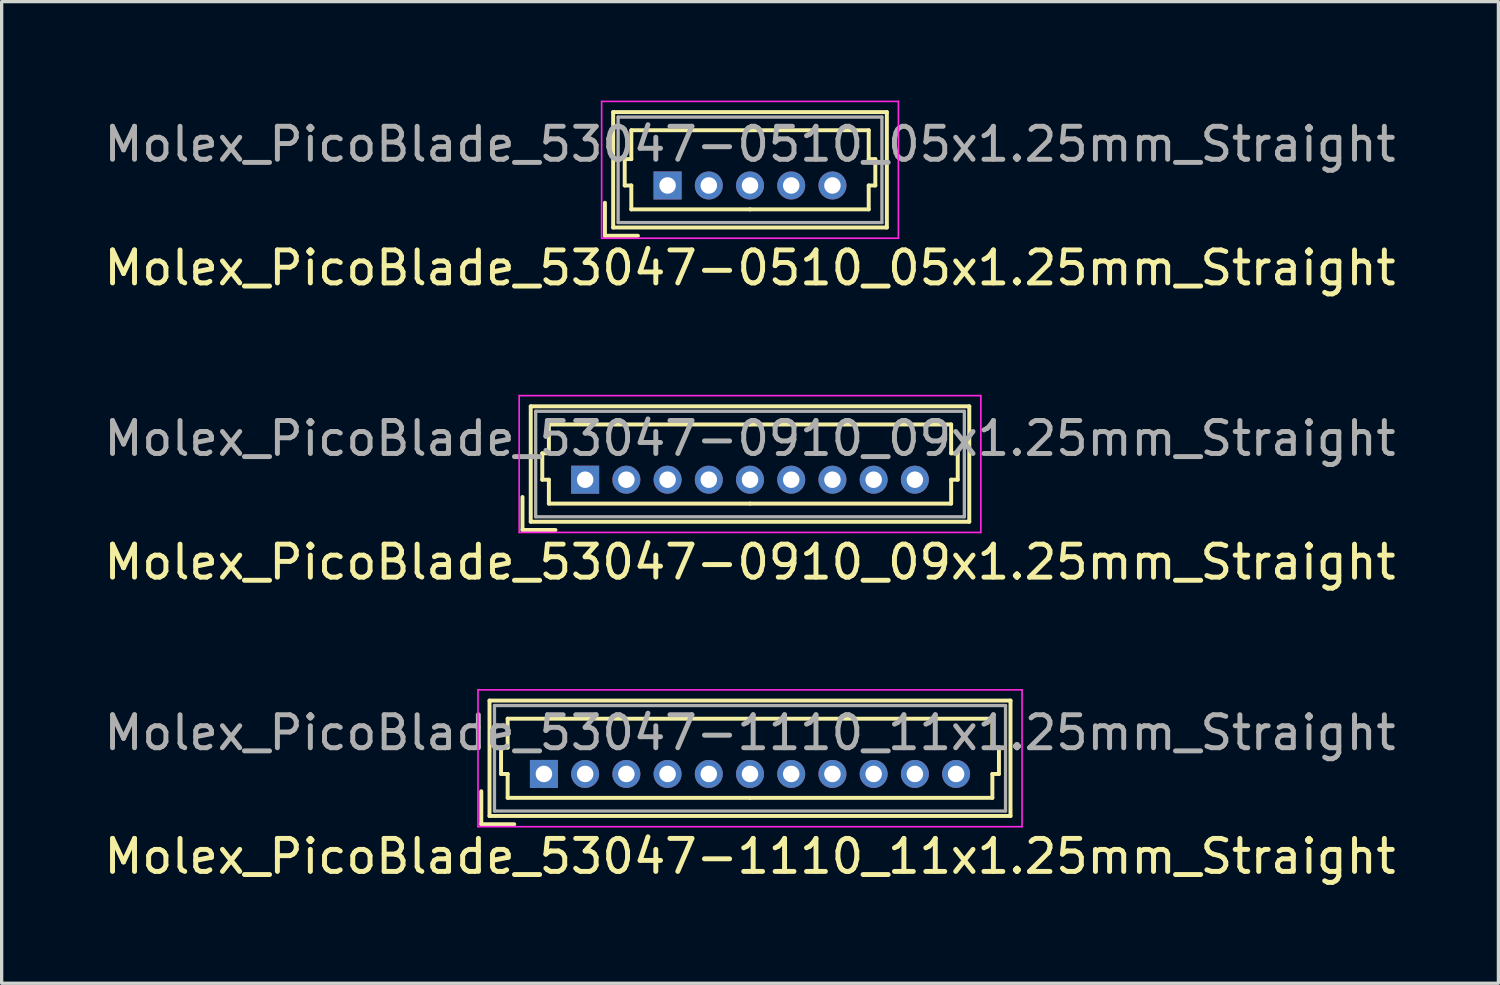
<source format=kicad_pcb>
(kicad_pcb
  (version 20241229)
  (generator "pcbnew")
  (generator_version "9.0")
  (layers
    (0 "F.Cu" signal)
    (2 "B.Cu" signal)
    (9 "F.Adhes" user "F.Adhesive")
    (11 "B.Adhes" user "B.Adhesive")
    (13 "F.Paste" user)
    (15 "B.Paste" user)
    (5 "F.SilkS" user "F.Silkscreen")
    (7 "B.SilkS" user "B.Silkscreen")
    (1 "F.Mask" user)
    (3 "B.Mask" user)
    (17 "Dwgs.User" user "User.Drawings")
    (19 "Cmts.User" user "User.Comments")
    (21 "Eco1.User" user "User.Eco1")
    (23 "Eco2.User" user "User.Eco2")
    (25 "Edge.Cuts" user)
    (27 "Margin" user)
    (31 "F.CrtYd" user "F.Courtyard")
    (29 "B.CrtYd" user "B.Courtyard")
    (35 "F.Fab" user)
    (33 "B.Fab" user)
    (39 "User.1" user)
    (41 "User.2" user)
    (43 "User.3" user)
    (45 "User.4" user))
  (footprint "Molex_PicoBlade_53047-0510_05x1.25mm_Straight"
    (layer "F.Cu")
    (at 17.196 2.575)
    (property "Reference" "Molex_PicoBlade_53047-0510_05x1.25mm_Straight" (at 2.5 2.5 0) (layer "F.SilkS") (effects (font (size 1 1) (thickness 0.15))))
    (attr through_hole)
    (fp_line (start -1.9 1.525) (end -1.9 0.525) (stroke (width 0.12) (type solid)) (layer "F.SilkS"))
    (fp_line (start -1.9 1.525) (end -0.9 1.525) (stroke (width 0.12) (type solid)) (layer "F.SilkS"))
    (fp_line (start -1.65 -2.225) (end -1.65 1.275) (stroke (width 0.12) (type solid)) (layer "F.SilkS"))
    (fp_line (start -1.65 1.275) (end 6.65 1.275) (stroke (width 0.12) (type solid)) (layer "F.SilkS"))
    (fp_line (start -1.3 -0.8) (end -1.1 -0.8) (stroke (width 0.12) (type solid)) (layer "F.SilkS"))
    (fp_line (start -1.3 0) (end -1.3 -0.8) (stroke (width 0.12) (type solid)) (layer "F.SilkS"))
    (fp_line (start -1.1 -1.675) (end 2.5 -1.675) (stroke (width 0.12) (type solid)) (layer "F.SilkS"))
    (fp_line (start -1.1 -0.8) (end -1.1 -1.675) (stroke (width 0.12) (type solid)) (layer "F.SilkS"))
    (fp_line (start -1.1 0) (end -1.3 0) (stroke (width 0.12) (type solid)) (layer "F.SilkS"))
    (fp_line (start -1.1 0.725) (end -1.1 0) (stroke (width 0.12) (type solid)) (layer "F.SilkS"))
    (fp_line (start 2.5 0.725) (end -1.1 0.725) (stroke (width 0.12) (type solid)) (layer "F.SilkS"))
    (fp_line (start 2.5 0.725) (end 6.1 0.725) (stroke (width 0.12) (type solid)) (layer "F.SilkS"))
    (fp_line (start 6.1 -1.675) (end 2.5 -1.675) (stroke (width 0.12) (type solid)) (layer "F.SilkS"))
    (fp_line (start 6.1 -0.8) (end 6.1 -1.675) (stroke (width 0.12) (type solid)) (layer "F.SilkS"))
    (fp_line (start 6.1 0) (end 6.3 0) (stroke (width 0.12) (type solid)) (layer "F.SilkS"))
    (fp_line (start 6.1 0.725) (end 6.1 0) (stroke (width 0.12) (type solid)) (layer "F.SilkS"))
    (fp_line (start 6.3 -0.8) (end 6.1 -0.8) (stroke (width 0.12) (type solid)) (layer "F.SilkS"))
    (fp_line (start 6.3 0) (end 6.3 -0.8) (stroke (width 0.12) (type solid)) (layer "F.SilkS"))
    (fp_line (start 6.65 -2.225) (end -1.65 -2.225) (stroke (width 0.12) (type solid)) (layer "F.SilkS"))
    (fp_line (start 6.65 1.275) (end 6.65 -2.225) (stroke (width 0.12) (type solid)) (layer "F.SilkS"))
    (fp_line (start -2 -2.55) (end -2 1.6) (stroke (width 0.05) (type solid)) (layer "F.CrtYd"))
    (fp_line (start -2 1.6) (end 7 1.6) (stroke (width 0.05) (type solid)) (layer "F.CrtYd"))
    (fp_line (start 7 -2.55) (end -2 -2.55) (stroke (width 0.05) (type solid)) (layer "F.CrtYd"))
    (fp_line (start 7 1.6) (end 7 -2.55) (stroke (width 0.05) (type solid)) (layer "F.CrtYd"))
    (fp_line (start -1.5 -2.075) (end -1.5 1.125) (stroke (width 0.1) (type solid)) (layer "F.Fab"))
    (fp_line (start -1.5 1.125) (end 6.5 1.125) (stroke (width 0.1) (type solid)) (layer "F.Fab"))
    (fp_line (start 6.5 -2.075) (end -1.5 -2.075) (stroke (width 0.1) (type solid)) (layer "F.Fab"))
    (fp_line (start 6.5 1.125) (end 6.5 -2.075) (stroke (width 0.1) (type solid)) (layer "F.Fab"))
    (fp_text user "${REFERENCE}" (at 2.5 -1.25 0) (layer "F.Fab") (effects (font (size 1 1) (thickness 0.15))))
    (pad "1" thru_hole rect (at 0 0) (size 0.85 0.85) (drill 0.5) (layers "*.Cu" "*.Mask"))
    (pad "2" thru_hole circle (at 1.25 0) (size 0.85 0.85) (drill 0.5) (layers "*.Cu" "*.Mask"))
    (pad "3" thru_hole circle (at 2.5 0) (size 0.85 0.85) (drill 0.5) (layers "*.Cu" "*.Mask"))
    (pad "4" thru_hole circle (at 3.75 0) (size 0.85 0.85) (drill 0.5) (layers "*.Cu" "*.Mask"))
    (pad "5" thru_hole circle (at 5 0) (size 0.85 0.85) (drill 0.5) (layers "*.Cu" "*.Mask")))
  (footprint "Molex_PicoBlade_53047-1110_11x1.25mm_Straight"
    (layer "F.Cu")
    (at 13.446 20.422)
    (property "Reference" "Molex_PicoBlade_53047-1110_11x1.25mm_Straight" (at 6.25 2.5 0) (layer "F.SilkS") (effects (font (size 1 1) (thickness 0.15))))
    (attr through_hole)
    (fp_line (start -1.9 1.525) (end -1.9 0.525) (stroke (width 0.12) (type solid)) (layer "F.SilkS"))
    (fp_line (start -1.9 1.525) (end -0.9 1.525) (stroke (width 0.12) (type solid)) (layer "F.SilkS"))
    (fp_line (start -1.65 -2.225) (end -1.65 1.275) (stroke (width 0.12) (type solid)) (layer "F.SilkS"))
    (fp_line (start -1.65 1.275) (end 14.15 1.275) (stroke (width 0.12) (type solid)) (layer "F.SilkS"))
    (fp_line (start -1.3 -0.8) (end -1.1 -0.8) (stroke (width 0.12) (type solid)) (layer "F.SilkS"))
    (fp_line (start -1.3 0) (end -1.3 -0.8) (stroke (width 0.12) (type solid)) (layer "F.SilkS"))
    (fp_line (start -1.1 -1.675) (end 6.25 -1.675) (stroke (width 0.12) (type solid)) (layer "F.SilkS"))
    (fp_line (start -1.1 -0.8) (end -1.1 -1.675) (stroke (width 0.12) (type solid)) (layer "F.SilkS"))
    (fp_line (start -1.1 0) (end -1.3 0) (stroke (width 0.12) (type solid)) (layer "F.SilkS"))
    (fp_line (start -1.1 0.725) (end -1.1 0) (stroke (width 0.12) (type solid)) (layer "F.SilkS"))
    (fp_line (start 6.25 0.725) (end -1.1 0.725) (stroke (width 0.12) (type solid)) (layer "F.SilkS"))
    (fp_line (start 6.25 0.725) (end 13.6 0.725) (stroke (width 0.12) (type solid)) (layer "F.SilkS"))
    (fp_line (start 13.6 -1.675) (end 6.25 -1.675) (stroke (width 0.12) (type solid)) (layer "F.SilkS"))
    (fp_line (start 13.6 -0.8) (end 13.6 -1.675) (stroke (width 0.12) (type solid)) (layer "F.SilkS"))
    (fp_line (start 13.6 0) (end 13.8 0) (stroke (width 0.12) (type solid)) (layer "F.SilkS"))
    (fp_line (start 13.6 0.725) (end 13.6 0) (stroke (width 0.12) (type solid)) (layer "F.SilkS"))
    (fp_line (start 13.8 -0.8) (end 13.6 -0.8) (stroke (width 0.12) (type solid)) (layer "F.SilkS"))
    (fp_line (start 13.8 0) (end 13.8 -0.8) (stroke (width 0.12) (type solid)) (layer "F.SilkS"))
    (fp_line (start 14.15 -2.225) (end -1.65 -2.225) (stroke (width 0.12) (type solid)) (layer "F.SilkS"))
    (fp_line (start 14.15 1.275) (end 14.15 -2.225) (stroke (width 0.12) (type solid)) (layer "F.SilkS"))
    (fp_line (start -2 -2.55) (end -2 1.6) (stroke (width 0.05) (type solid)) (layer "F.CrtYd"))
    (fp_line (start -2 1.6) (end 14.5 1.6) (stroke (width 0.05) (type solid)) (layer "F.CrtYd"))
    (fp_line (start 14.5 -2.55) (end -2 -2.55) (stroke (width 0.05) (type solid)) (layer "F.CrtYd"))
    (fp_line (start 14.5 1.6) (end 14.5 -2.55) (stroke (width 0.05) (type solid)) (layer "F.CrtYd"))
    (fp_line (start -1.5 -2.075) (end -1.5 1.125) (stroke (width 0.1) (type solid)) (layer "F.Fab"))
    (fp_line (start -1.5 1.125) (end 14 1.125) (stroke (width 0.1) (type solid)) (layer "F.Fab"))
    (fp_line (start 14 -2.075) (end -1.5 -2.075) (stroke (width 0.1) (type solid)) (layer "F.Fab"))
    (fp_line (start 14 1.125) (end 14 -2.075) (stroke (width 0.1) (type solid)) (layer "F.Fab"))
    (fp_text user "${REFERENCE}" (at 6.25 -1.25 0) (layer "F.Fab") (effects (font (size 1 1) (thickness 0.15))))
    (pad "1" thru_hole rect (at 0 0) (size 0.85 0.85) (drill 0.5) (layers "*.Cu" "*.Mask"))
    (pad "2" thru_hole circle (at 1.25 0) (size 0.85 0.85) (drill 0.5) (layers "*.Cu" "*.Mask"))
    (pad "3" thru_hole circle (at 2.5 0) (size 0.85 0.85) (drill 0.5) (layers "*.Cu" "*.Mask"))
    (pad "4" thru_hole circle (at 3.75 0) (size 0.85 0.85) (drill 0.5) (layers "*.Cu" "*.Mask"))
    (pad "5" thru_hole circle (at 5 0) (size 0.85 0.85) (drill 0.5) (layers "*.Cu" "*.Mask"))
    (pad "6" thru_hole circle (at 6.25 0) (size 0.85 0.85) (drill 0.5) (layers "*.Cu" "*.Mask"))
    (pad "7" thru_hole circle (at 7.5 0) (size 0.85 0.85) (drill 0.5) (layers "*.Cu" "*.Mask"))
    (pad "8" thru_hole circle (at 8.75 0) (size 0.85 0.85) (drill 0.5) (layers "*.Cu" "*.Mask"))
    (pad "9" thru_hole circle (at 10 0) (size 0.85 0.85) (drill 0.5) (layers "*.Cu" "*.Mask"))
    (pad "10" thru_hole circle (at 11.25 0) (size 0.85 0.85) (drill 0.5) (layers "*.Cu" "*.Mask"))
    (pad "11" thru_hole circle (at 12.5 0) (size 0.85 0.85) (drill 0.5) (layers "*.Cu" "*.Mask")))
  (footprint "Molex_PicoBlade_53047-0910_09x1.25mm_Straight"
    (layer "F.Cu")
    (at 14.696 11.498)
    (property "Reference" "Molex_PicoBlade_53047-0910_09x1.25mm_Straight" (at 5 2.5 0) (layer "F.SilkS") (effects (font (size 1 1) (thickness 0.15))))
    (attr through_hole)
    (fp_line (start -1.9 1.525) (end -1.9 0.525) (stroke (width 0.12) (type solid)) (layer "F.SilkS"))
    (fp_line (start -1.9 1.525) (end -0.9 1.525) (stroke (width 0.12) (type solid)) (layer "F.SilkS"))
    (fp_line (start -1.65 -2.225) (end -1.65 1.275) (stroke (width 0.12) (type solid)) (layer "F.SilkS"))
    (fp_line (start -1.65 1.275) (end 11.65 1.275) (stroke (width 0.12) (type solid)) (layer "F.SilkS"))
    (fp_line (start -1.3 -0.8) (end -1.1 -0.8) (stroke (width 0.12) (type solid)) (layer "F.SilkS"))
    (fp_line (start -1.3 0) (end -1.3 -0.8) (stroke (width 0.12) (type solid)) (layer "F.SilkS"))
    (fp_line (start -1.1 -1.675) (end 5 -1.675) (stroke (width 0.12) (type solid)) (layer "F.SilkS"))
    (fp_line (start -1.1 -0.8) (end -1.1 -1.675) (stroke (width 0.12) (type solid)) (layer "F.SilkS"))
    (fp_line (start -1.1 0) (end -1.3 0) (stroke (width 0.12) (type solid)) (layer "F.SilkS"))
    (fp_line (start -1.1 0.725) (end -1.1 0) (stroke (width 0.12) (type solid)) (layer "F.SilkS"))
    (fp_line (start 5 0.725) (end -1.1 0.725) (stroke (width 0.12) (type solid)) (layer "F.SilkS"))
    (fp_line (start 5 0.725) (end 11.1 0.725) (stroke (width 0.12) (type solid)) (layer "F.SilkS"))
    (fp_line (start 11.1 -1.675) (end 5 -1.675) (stroke (width 0.12) (type solid)) (layer "F.SilkS"))
    (fp_line (start 11.1 -0.8) (end 11.1 -1.675) (stroke (width 0.12) (type solid)) (layer "F.SilkS"))
    (fp_line (start 11.1 0) (end 11.3 0) (stroke (width 0.12) (type solid)) (layer "F.SilkS"))
    (fp_line (start 11.1 0.725) (end 11.1 0) (stroke (width 0.12) (type solid)) (layer "F.SilkS"))
    (fp_line (start 11.3 -0.8) (end 11.1 -0.8) (stroke (width 0.12) (type solid)) (layer "F.SilkS"))
    (fp_line (start 11.3 0) (end 11.3 -0.8) (stroke (width 0.12) (type solid)) (layer "F.SilkS"))
    (fp_line (start 11.65 -2.225) (end -1.65 -2.225) (stroke (width 0.12) (type solid)) (layer "F.SilkS"))
    (fp_line (start 11.65 1.275) (end 11.65 -2.225) (stroke (width 0.12) (type solid)) (layer "F.SilkS"))
    (fp_line (start -2 -2.55) (end -2 1.6) (stroke (width 0.05) (type solid)) (layer "F.CrtYd"))
    (fp_line (start -2 1.6) (end 12 1.6) (stroke (width 0.05) (type solid)) (layer "F.CrtYd"))
    (fp_line (start 12 -2.55) (end -2 -2.55) (stroke (width 0.05) (type solid)) (layer "F.CrtYd"))
    (fp_line (start 12 1.6) (end 12 -2.55) (stroke (width 0.05) (type solid)) (layer "F.CrtYd"))
    (fp_line (start -1.5 -2.075) (end -1.5 1.125) (stroke (width 0.1) (type solid)) (layer "F.Fab"))
    (fp_line (start -1.5 1.125) (end 11.5 1.125) (stroke (width 0.1) (type solid)) (layer "F.Fab"))
    (fp_line (start 11.5 -2.075) (end -1.5 -2.075) (stroke (width 0.1) (type solid)) (layer "F.Fab"))
    (fp_line (start 11.5 1.125) (end 11.5 -2.075) (stroke (width 0.1) (type solid)) (layer "F.Fab"))
    (fp_text user "${REFERENCE}" (at 5 -1.25 0) (layer "F.Fab") (effects (font (size 1 1) (thickness 0.15))))
    (pad "1" thru_hole rect (at 0 0) (size 0.85 0.85) (drill 0.5) (layers "*.Cu" "*.Mask"))
    (pad "2" thru_hole circle (at 1.25 0) (size 0.85 0.85) (drill 0.5) (layers "*.Cu" "*.Mask"))
    (pad "3" thru_hole circle (at 2.5 0) (size 0.85 0.85) (drill 0.5) (layers "*.Cu" "*.Mask"))
    (pad "4" thru_hole circle (at 3.75 0) (size 0.85 0.85) (drill 0.5) (layers "*.Cu" "*.Mask"))
    (pad "5" thru_hole circle (at 5 0) (size 0.85 0.85) (drill 0.5) (layers "*.Cu" "*.Mask"))
    (pad "6" thru_hole circle (at 6.25 0) (size 0.85 0.85) (drill 0.5) (layers "*.Cu" "*.Mask"))
    (pad "7" thru_hole circle (at 7.5 0) (size 0.85 0.85) (drill 0.5) (layers "*.Cu" "*.Mask"))
    (pad "8" thru_hole circle (at 8.75 0) (size 0.85 0.85) (drill 0.5) (layers "*.Cu" "*.Mask"))
    (pad "9" thru_hole circle (at 10 0) (size 0.85 0.85) (drill 0.5) (layers "*.Cu" "*.Mask")))
  (gr_rect
    (start -3 -3)
    (end 42.393 26.77)
    (stroke (width 0.1) (type default))
    (fill no)
    (layer "Edge.Cuts")))
</source>
